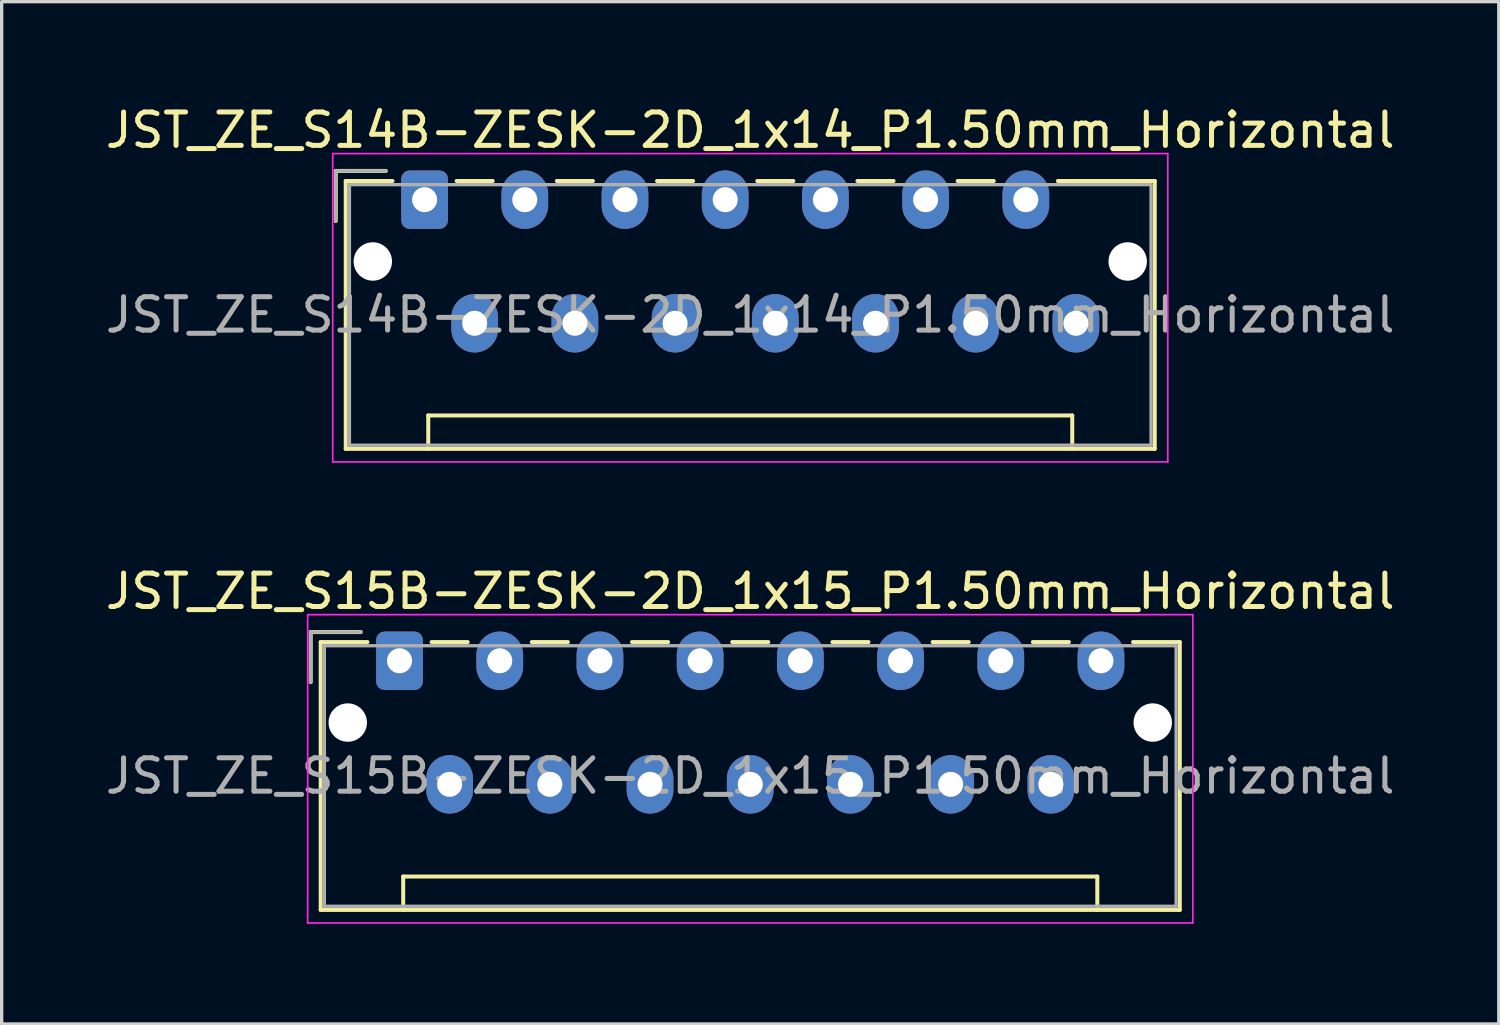
<source format=kicad_pcb>
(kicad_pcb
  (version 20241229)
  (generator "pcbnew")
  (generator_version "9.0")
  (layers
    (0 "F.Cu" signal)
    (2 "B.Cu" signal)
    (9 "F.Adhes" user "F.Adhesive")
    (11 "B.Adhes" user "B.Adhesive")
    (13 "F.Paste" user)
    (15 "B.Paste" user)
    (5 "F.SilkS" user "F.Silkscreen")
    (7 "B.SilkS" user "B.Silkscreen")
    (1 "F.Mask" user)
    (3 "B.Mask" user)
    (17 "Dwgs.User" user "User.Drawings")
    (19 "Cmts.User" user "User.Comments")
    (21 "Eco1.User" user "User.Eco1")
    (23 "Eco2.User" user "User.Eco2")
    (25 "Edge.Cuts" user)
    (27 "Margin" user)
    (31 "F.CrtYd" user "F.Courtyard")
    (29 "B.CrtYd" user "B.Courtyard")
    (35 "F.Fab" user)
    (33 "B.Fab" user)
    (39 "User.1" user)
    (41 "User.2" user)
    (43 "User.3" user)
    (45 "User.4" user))
  (footprint "JST_ZE_S14B-ZESK-2D_1x14_P1.50mm_Horizontal"
    (layer "F.Cu")
    (at 9.661 2.928)
    (property "Reference" "JST_ZE_S14B-ZESK-2D_1x14_P1.50mm_Horizontal" (at 9.75 -2.08 0) (layer "F.SilkS") (effects (font (size 1 1) (thickness 0.15))))
    (attr through_hole)
    (fp_line (start -2.66 -0.86) (end -1.16 -0.86) (stroke (width 0.12) (type solid)) (layer "F.SilkS"))
    (fp_line (start -2.66 0.64) (end -2.66 -0.86) (stroke (width 0.12) (type solid)) (layer "F.SilkS"))
    (fp_line (start -2.36 -0.56) (end -2.36 7.46) (stroke (width 0.12) (type solid)) (layer "F.SilkS"))
    (fp_line (start -2.36 7.46) (end 21.86 7.46) (stroke (width 0.12) (type solid)) (layer "F.SilkS"))
    (fp_line (start -0.96 -0.56) (end -2.36 -0.56) (stroke (width 0.12) (type solid)) (layer "F.SilkS"))
    (fp_line (start 0.11 6.46) (end 19.39 6.46) (stroke (width 0.12) (type solid)) (layer "F.SilkS"))
    (fp_line (start 0.11 7.46) (end 0.11 6.46) (stroke (width 0.12) (type solid)) (layer "F.SilkS"))
    (fp_line (start 0.96 -0.56) (end 2.04 -0.56) (stroke (width 0.12) (type solid)) (layer "F.SilkS"))
    (fp_line (start 3.96 -0.56) (end 5.04 -0.56) (stroke (width 0.12) (type solid)) (layer "F.SilkS"))
    (fp_line (start 6.96 -0.56) (end 8.04 -0.56) (stroke (width 0.12) (type solid)) (layer "F.SilkS"))
    (fp_line (start 9.96 -0.56) (end 11.04 -0.56) (stroke (width 0.12) (type solid)) (layer "F.SilkS"))
    (fp_line (start 12.96 -0.56) (end 14.04 -0.56) (stroke (width 0.12) (type solid)) (layer "F.SilkS"))
    (fp_line (start 15.96 -0.56) (end 17.04 -0.56) (stroke (width 0.12) (type solid)) (layer "F.SilkS"))
    (fp_line (start 19.39 6.46) (end 19.39 7.46) (stroke (width 0.12) (type solid)) (layer "F.SilkS"))
    (fp_line (start 21.86 -0.56) (end 18.96 -0.56) (stroke (width 0.12) (type solid)) (layer "F.SilkS"))
    (fp_line (start 21.86 7.46) (end 21.86 -0.56) (stroke (width 0.12) (type solid)) (layer "F.SilkS"))
    (fp_line (start -2.75 -1.38) (end -2.75 7.85) (stroke (width 0.05) (type solid)) (layer "F.CrtYd"))
    (fp_line (start -2.75 7.85) (end 22.25 7.85) (stroke (width 0.05) (type solid)) (layer "F.CrtYd"))
    (fp_line (start 22.25 -1.38) (end -2.75 -1.38) (stroke (width 0.05) (type solid)) (layer "F.CrtYd"))
    (fp_line (start 22.25 7.85) (end 22.25 -1.38) (stroke (width 0.05) (type solid)) (layer "F.CrtYd"))
    (fp_line (start -2.66 -0.86) (end -1.16 -0.86) (stroke (width 0.1) (type solid)) (layer "F.Fab"))
    (fp_line (start -2.66 0.64) (end -2.66 -0.86) (stroke (width 0.1) (type solid)) (layer "F.Fab"))
    (fp_line (start -2.25 -0.45) (end -2.25 7.35) (stroke (width 0.1) (type solid)) (layer "F.Fab"))
    (fp_line (start -2.25 7.35) (end 21.75 7.35) (stroke (width 0.1) (type solid)) (layer "F.Fab"))
    (fp_line (start 21.75 -0.45) (end -2.25 -0.45) (stroke (width 0.1) (type solid)) (layer "F.Fab"))
    (fp_line (start 21.75 7.35) (end 21.75 -0.45) (stroke (width 0.1) (type solid)) (layer "F.Fab"))
    (fp_text user "${REFERENCE}" (at 9.75 3.45 0) (layer "F.Fab") (effects (font (size 1 1) (thickness 0.15))))
    (pad "" np_thru_hole circle (at -1.55 1.85) (size 1.15 1.15) (drill 1.15) (layers "*.Cu" "*.Mask"))
    (pad "" np_thru_hole circle (at 21.05 1.85) (size 1.15 1.15) (drill 1.15) (layers "*.Cu" "*.Mask"))
    (pad "1" thru_hole roundrect (at 0 0) (size 1.4 1.75) (drill 0.75) (layers "*.Cu" "*.Mask") (roundrect_rratio 0.179))
    (pad "2" thru_hole oval (at 1.5 3.7) (size 1.4 1.75) (drill 0.75) (layers "*.Cu" "*.Mask"))
    (pad "3" thru_hole oval (at 3 0) (size 1.4 1.75) (drill 0.75) (layers "*.Cu" "*.Mask"))
    (pad "4" thru_hole oval (at 4.5 3.7) (size 1.4 1.75) (drill 0.75) (layers "*.Cu" "*.Mask"))
    (pad "5" thru_hole oval (at 6 0) (size 1.4 1.75) (drill 0.75) (layers "*.Cu" "*.Mask"))
    (pad "6" thru_hole oval (at 7.5 3.7) (size 1.4 1.75) (drill 0.75) (layers "*.Cu" "*.Mask"))
    (pad "7" thru_hole oval (at 9 0) (size 1.4 1.75) (drill 0.75) (layers "*.Cu" "*.Mask"))
    (pad "8" thru_hole oval (at 10.5 3.7) (size 1.4 1.75) (drill 0.75) (layers "*.Cu" "*.Mask"))
    (pad "9" thru_hole oval (at 12 0) (size 1.4 1.75) (drill 0.75) (layers "*.Cu" "*.Mask"))
    (pad "10" thru_hole oval (at 13.5 3.7) (size 1.4 1.75) (drill 0.75) (layers "*.Cu" "*.Mask"))
    (pad "11" thru_hole oval (at 15 0) (size 1.4 1.75) (drill 0.75) (layers "*.Cu" "*.Mask"))
    (pad "12" thru_hole oval (at 16.5 3.7) (size 1.4 1.75) (drill 0.75) (layers "*.Cu" "*.Mask"))
    (pad "13" thru_hole oval (at 18 0) (size 1.4 1.75) (drill 0.75) (layers "*.Cu" "*.Mask"))
    (pad "14" thru_hole oval (at 19.5 3.7) (size 1.4 1.75) (drill 0.75) (layers "*.Cu" "*.Mask")))
  (footprint "JST_ZE_S15B-ZESK-2D_1x15_P1.50mm_Horizontal"
    (layer "F.Cu")
    (at 8.911 16.732)
    (property "Reference" "JST_ZE_S15B-ZESK-2D_1x15_P1.50mm_Horizontal" (at 10.5 -2.08 0) (layer "F.SilkS") (effects (font (size 1 1) (thickness 0.15))))
    (attr through_hole)
    (fp_line (start -2.66 -0.86) (end -1.16 -0.86) (stroke (width 0.12) (type solid)) (layer "F.SilkS"))
    (fp_line (start -2.66 0.64) (end -2.66 -0.86) (stroke (width 0.12) (type solid)) (layer "F.SilkS"))
    (fp_line (start -2.36 -0.56) (end -2.36 7.46) (stroke (width 0.12) (type solid)) (layer "F.SilkS"))
    (fp_line (start -2.36 7.46) (end 23.36 7.46) (stroke (width 0.12) (type solid)) (layer "F.SilkS"))
    (fp_line (start -0.96 -0.56) (end -2.36 -0.56) (stroke (width 0.12) (type solid)) (layer "F.SilkS"))
    (fp_line (start 0.11 6.46) (end 20.89 6.46) (stroke (width 0.12) (type solid)) (layer "F.SilkS"))
    (fp_line (start 0.11 7.46) (end 0.11 6.46) (stroke (width 0.12) (type solid)) (layer "F.SilkS"))
    (fp_line (start 0.96 -0.56) (end 2.04 -0.56) (stroke (width 0.12) (type solid)) (layer "F.SilkS"))
    (fp_line (start 3.96 -0.56) (end 5.04 -0.56) (stroke (width 0.12) (type solid)) (layer "F.SilkS"))
    (fp_line (start 6.96 -0.56) (end 8.04 -0.56) (stroke (width 0.12) (type solid)) (layer "F.SilkS"))
    (fp_line (start 9.96 -0.56) (end 11.04 -0.56) (stroke (width 0.12) (type solid)) (layer "F.SilkS"))
    (fp_line (start 12.96 -0.56) (end 14.04 -0.56) (stroke (width 0.12) (type solid)) (layer "F.SilkS"))
    (fp_line (start 15.96 -0.56) (end 17.04 -0.56) (stroke (width 0.12) (type solid)) (layer "F.SilkS"))
    (fp_line (start 18.96 -0.56) (end 20.04 -0.56) (stroke (width 0.12) (type solid)) (layer "F.SilkS"))
    (fp_line (start 20.89 6.46) (end 20.89 7.46) (stroke (width 0.12) (type solid)) (layer "F.SilkS"))
    (fp_line (start 23.36 -0.56) (end 21.96 -0.56) (stroke (width 0.12) (type solid)) (layer "F.SilkS"))
    (fp_line (start 23.36 7.46) (end 23.36 -0.56) (stroke (width 0.12) (type solid)) (layer "F.SilkS"))
    (fp_line (start -2.75 -1.38) (end -2.75 7.85) (stroke (width 0.05) (type solid)) (layer "F.CrtYd"))
    (fp_line (start -2.75 7.85) (end 23.75 7.85) (stroke (width 0.05) (type solid)) (layer "F.CrtYd"))
    (fp_line (start 23.75 -1.38) (end -2.75 -1.38) (stroke (width 0.05) (type solid)) (layer "F.CrtYd"))
    (fp_line (start 23.75 7.85) (end 23.75 -1.38) (stroke (width 0.05) (type solid)) (layer "F.CrtYd"))
    (fp_line (start -2.66 -0.86) (end -1.16 -0.86) (stroke (width 0.1) (type solid)) (layer "F.Fab"))
    (fp_line (start -2.66 0.64) (end -2.66 -0.86) (stroke (width 0.1) (type solid)) (layer "F.Fab"))
    (fp_line (start -2.25 -0.45) (end -2.25 7.35) (stroke (width 0.1) (type solid)) (layer "F.Fab"))
    (fp_line (start -2.25 7.35) (end 23.25 7.35) (stroke (width 0.1) (type solid)) (layer "F.Fab"))
    (fp_line (start 23.25 -0.45) (end -2.25 -0.45) (stroke (width 0.1) (type solid)) (layer "F.Fab"))
    (fp_line (start 23.25 7.35) (end 23.25 -0.45) (stroke (width 0.1) (type solid)) (layer "F.Fab"))
    (fp_text user "${REFERENCE}" (at 10.5 3.45 0) (layer "F.Fab") (effects (font (size 1 1) (thickness 0.15))))
    (pad "" np_thru_hole circle (at -1.55 1.85) (size 1.15 1.15) (drill 1.15) (layers "*.Cu" "*.Mask"))
    (pad "" np_thru_hole circle (at 22.55 1.85) (size 1.15 1.15) (drill 1.15) (layers "*.Cu" "*.Mask"))
    (pad "1" thru_hole roundrect (at 0 0) (size 1.4 1.75) (drill 0.75) (layers "*.Cu" "*.Mask") (roundrect_rratio 0.179))
    (pad "2" thru_hole oval (at 1.5 3.7) (size 1.4 1.75) (drill 0.75) (layers "*.Cu" "*.Mask"))
    (pad "3" thru_hole oval (at 3 0) (size 1.4 1.75) (drill 0.75) (layers "*.Cu" "*.Mask"))
    (pad "4" thru_hole oval (at 4.5 3.7) (size 1.4 1.75) (drill 0.75) (layers "*.Cu" "*.Mask"))
    (pad "5" thru_hole oval (at 6 0) (size 1.4 1.75) (drill 0.75) (layers "*.Cu" "*.Mask"))
    (pad "6" thru_hole oval (at 7.5 3.7) (size 1.4 1.75) (drill 0.75) (layers "*.Cu" "*.Mask"))
    (pad "7" thru_hole oval (at 9 0) (size 1.4 1.75) (drill 0.75) (layers "*.Cu" "*.Mask"))
    (pad "8" thru_hole oval (at 10.5 3.7) (size 1.4 1.75) (drill 0.75) (layers "*.Cu" "*.Mask"))
    (pad "9" thru_hole oval (at 12 0) (size 1.4 1.75) (drill 0.75) (layers "*.Cu" "*.Mask"))
    (pad "10" thru_hole oval (at 13.5 3.7) (size 1.4 1.75) (drill 0.75) (layers "*.Cu" "*.Mask"))
    (pad "11" thru_hole oval (at 15 0) (size 1.4 1.75) (drill 0.75) (layers "*.Cu" "*.Mask"))
    (pad "12" thru_hole oval (at 16.5 3.7) (size 1.4 1.75) (drill 0.75) (layers "*.Cu" "*.Mask"))
    (pad "13" thru_hole oval (at 18 0) (size 1.4 1.75) (drill 0.75) (layers "*.Cu" "*.Mask"))
    (pad "14" thru_hole oval (at 19.5 3.7) (size 1.4 1.75) (drill 0.75) (layers "*.Cu" "*.Mask"))
    (pad "15" thru_hole oval (at 21 0) (size 1.4 1.75) (drill 0.75) (layers "*.Cu" "*.Mask")))
  (gr_rect
    (start -3 -3)
    (end 41.821 27.607)
    (stroke (width 0.1) (type default))
    (fill no)
    (layer "Edge.Cuts")))
</source>
